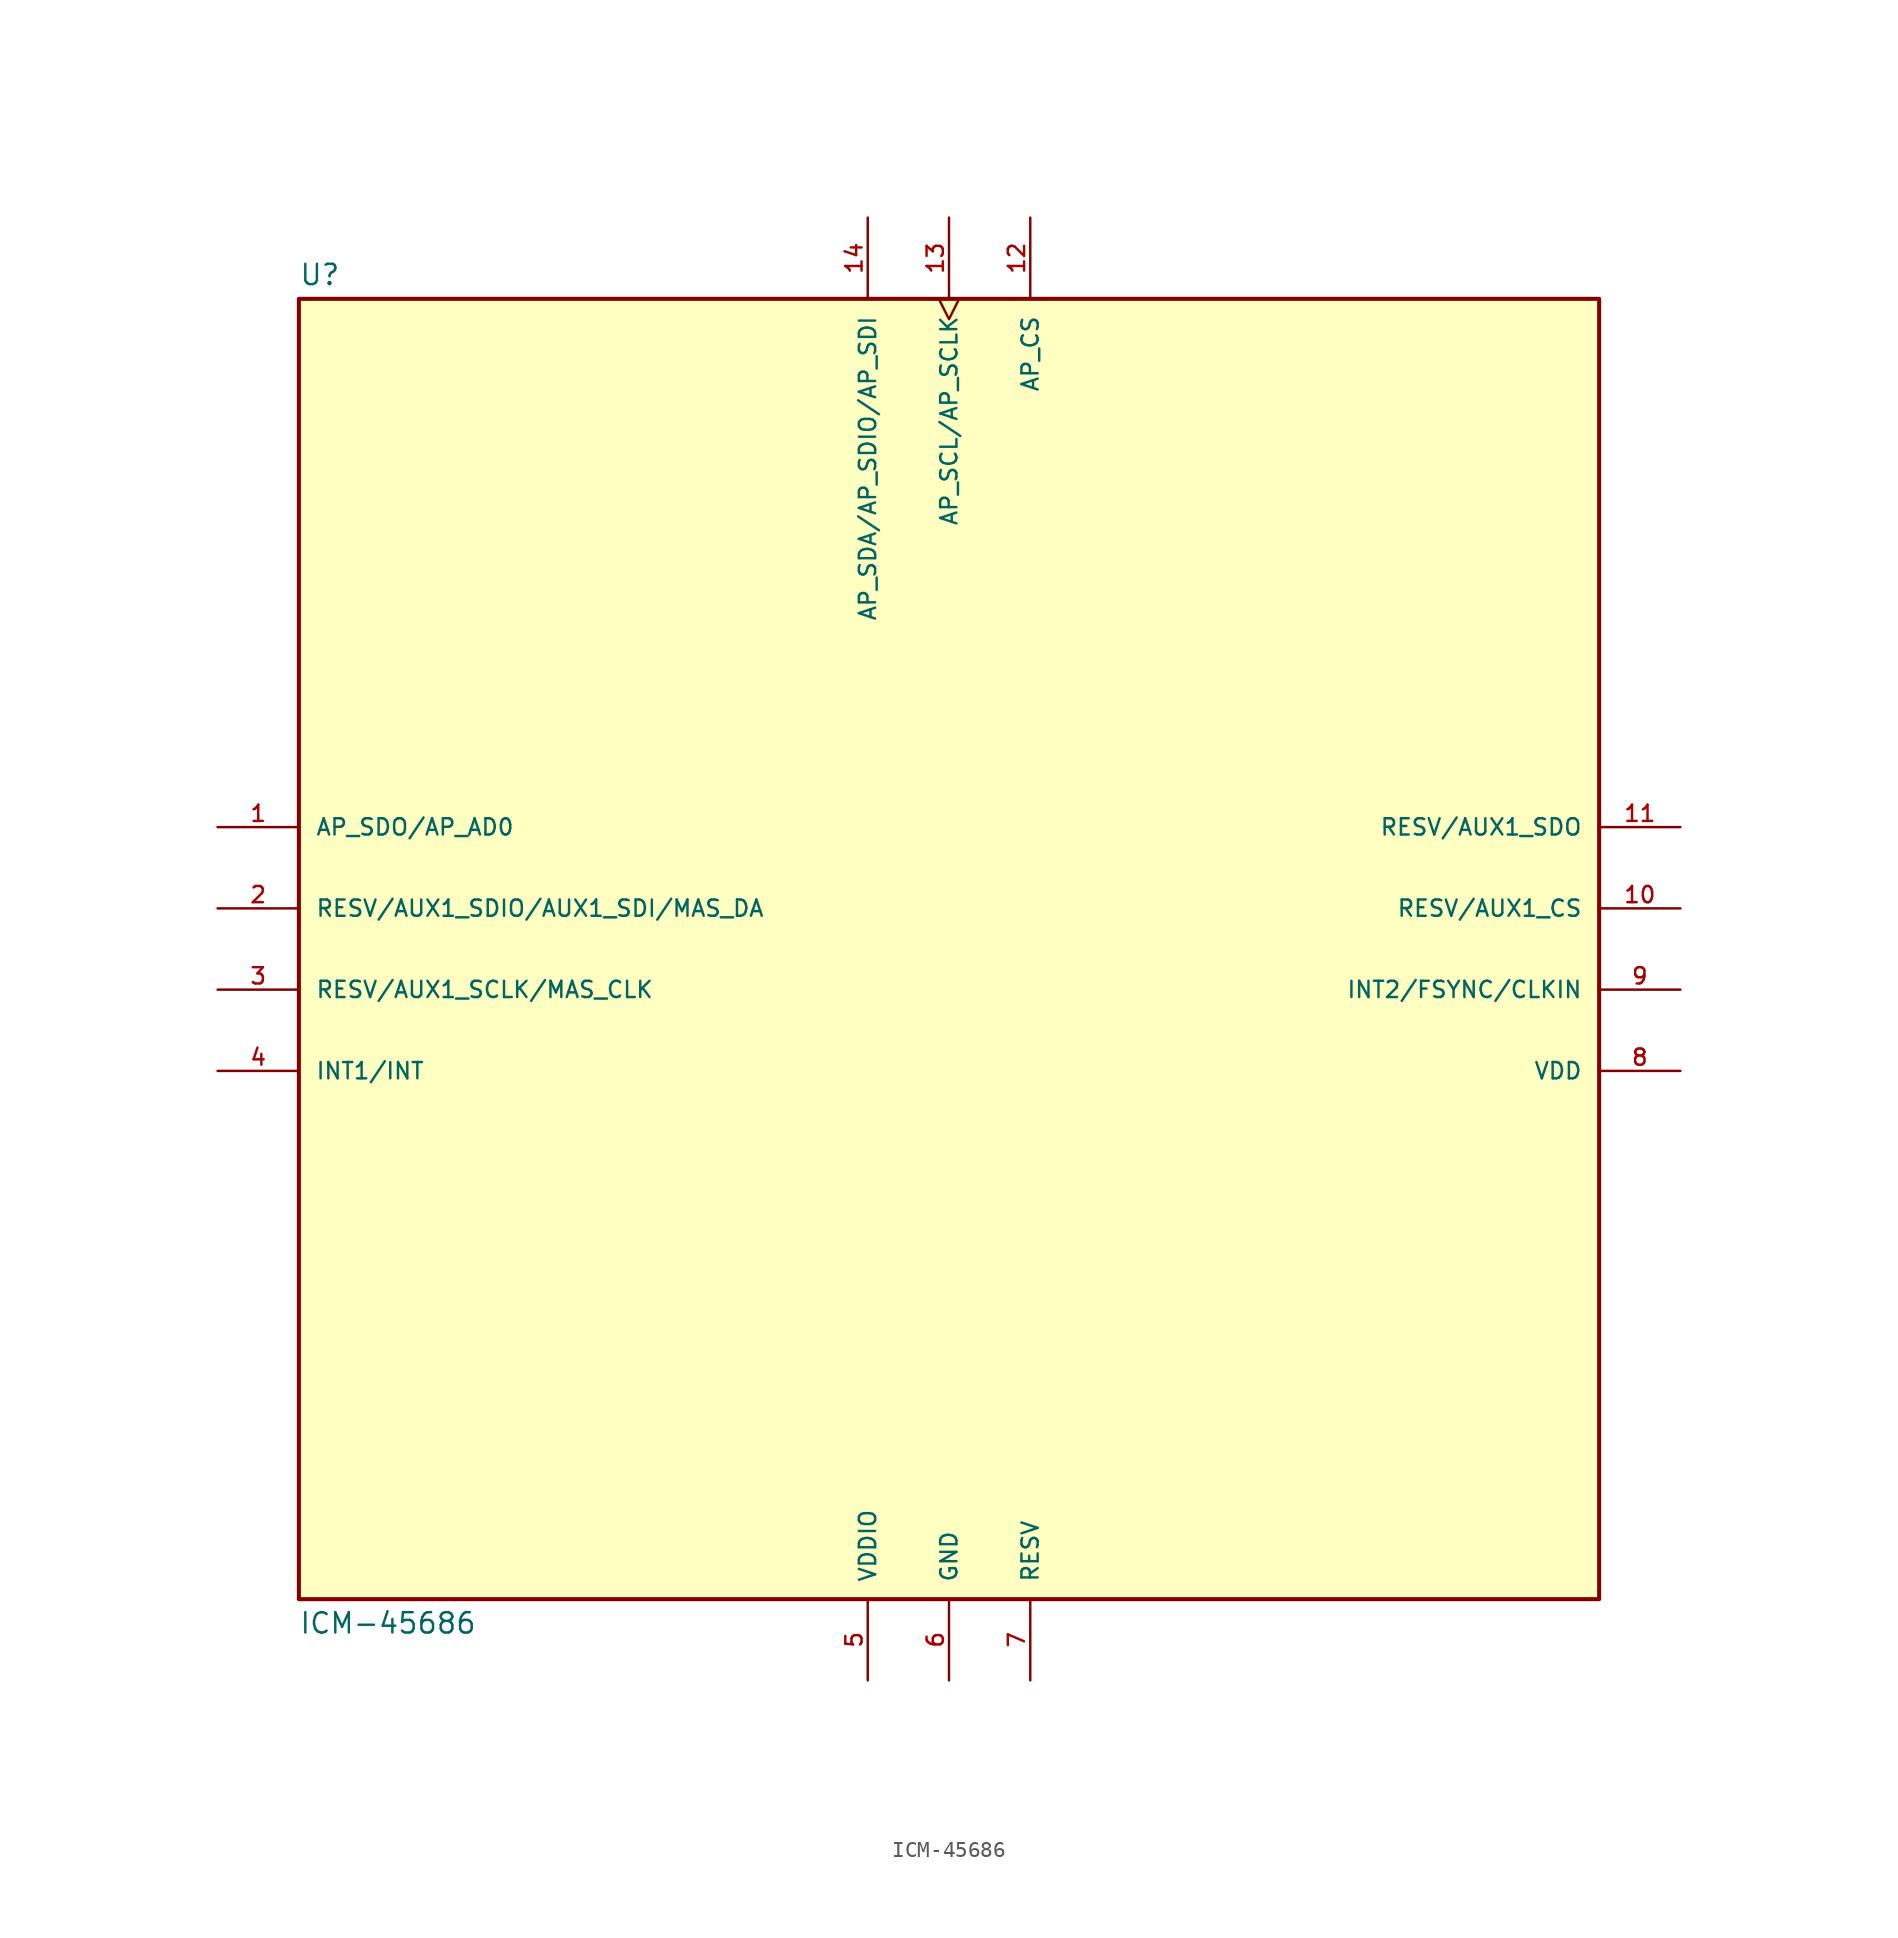
<source format=kicad_sym>
(kicad_symbol_lib
  (version 20211014)
  (generator kicad_symbol_editor)
  (symbol "ICM-45686"
    (pin_names
      (offset 1.016))
    (property "Reference" "U"
      (at -40.64 41.402 0)
      (effects (font (size 1.27 1.27)) (justify bottom left)))
    (property "Value" "ICM-45686"
      (at -40.64 -41.402 0)
      (effects (font (size 1.27 1.27)) (justify top left)))
    (symbol "ICM-45686_0_0"
      (rectangle (start -40.64 -40.64) (end 40.64 40.64) (stroke (width 0.254)) (fill (type background)))
      (pin bidirectional line (at -45.72 7.62 0) (length 5.08) (name "AP_SDO/AP_AD0" (effects (font (size 1.016 1.016)))) (number "1" (effects (font (size 1.016 1.016)))))
      (pin bidirectional line (at -45.72 2.54 0) (length 5.08) (name "RESV/AUX1_SDIO/AUX1_SDI/MAS_DA" (effects (font (size 1.016 1.016)))) (number "2" (effects (font (size 1.016 1.016)))))
      (pin output line (at -45.72 -7.62 0) (length 5.08) (name "INT1/INT" (effects (font (size 1.016 1.016)))) (number "4" (effects (font (size 1.016 1.016)))))
      (pin power_in line (at -5.08 -45.72 90.0) (length 5.08) (name "VDDIO" (effects (font (size 1.016 1.016)))) (number "5" (effects (font (size 1.016 1.016)))))
      (pin power_in line (at 0.0 -45.72 90.0) (length 5.08) (name "GND" (effects (font (size 1.016 1.016)))) (number "6" (effects (font (size 1.016 1.016)))))
      (pin passive line (at 5.08 -45.72 90.0) (length 5.08) (name "RESV" (effects (font (size 1.016 1.016)))) (number "7" (effects (font (size 1.016 1.016)))))
      (pin power_in line (at 45.72 -7.62 180.0) (length 5.08) (name "VDD" (effects (font (size 1.016 1.016)))) (number "8" (effects (font (size 1.016 1.016)))))
      (pin bidirectional line (at 45.72 -2.54 180.0) (length 5.08) (name "INT2/FSYNC/CLKIN" (effects (font (size 1.016 1.016)))) (number "9" (effects (font (size 1.016 1.016)))))
      (pin input line (at 5.08 45.72 270.0) (length 5.08) (name "AP_CS" (effects (font (size 1.016 1.016)))) (number "12" (effects (font (size 1.016 1.016)))))
      (pin input clock (at 0.0 45.72 270.0) (length 5.08) (name "AP_SCL/AP_SCLK" (effects (font (size 1.016 1.016)))) (number "13" (effects (font (size 1.016 1.016)))))
      (pin bidirectional line (at -5.08 45.72 270.0) (length 5.08) (name "AP_SDA/AP_SDIO/AP_SDI" (effects (font (size 1.016 1.016)))) (number "14" (effects (font (size 1.016 1.016)))))
      (pin bidirectional line (at -45.72 -2.54 0) (length 5.08) (name "RESV/AUX1_SCLK/MAS_CLK" (effects (font (size 1.016 1.016)))) (number "3" (effects (font (size 1.016 1.016)))))
      (pin output line (at 45.72 7.62 180.0) (length 5.08) (name "RESV/AUX1_SDO" (effects (font (size 1.016 1.016)))) (number "11" (effects (font (size 1.016 1.016)))))
      (pin input line (at 45.72 2.54 180.0) (length 5.08) (name "RESV/AUX1_CS" (effects (font (size 1.016 1.016)))) (number "10" (effects (font (size 1.016 1.016))))))))
</source>
